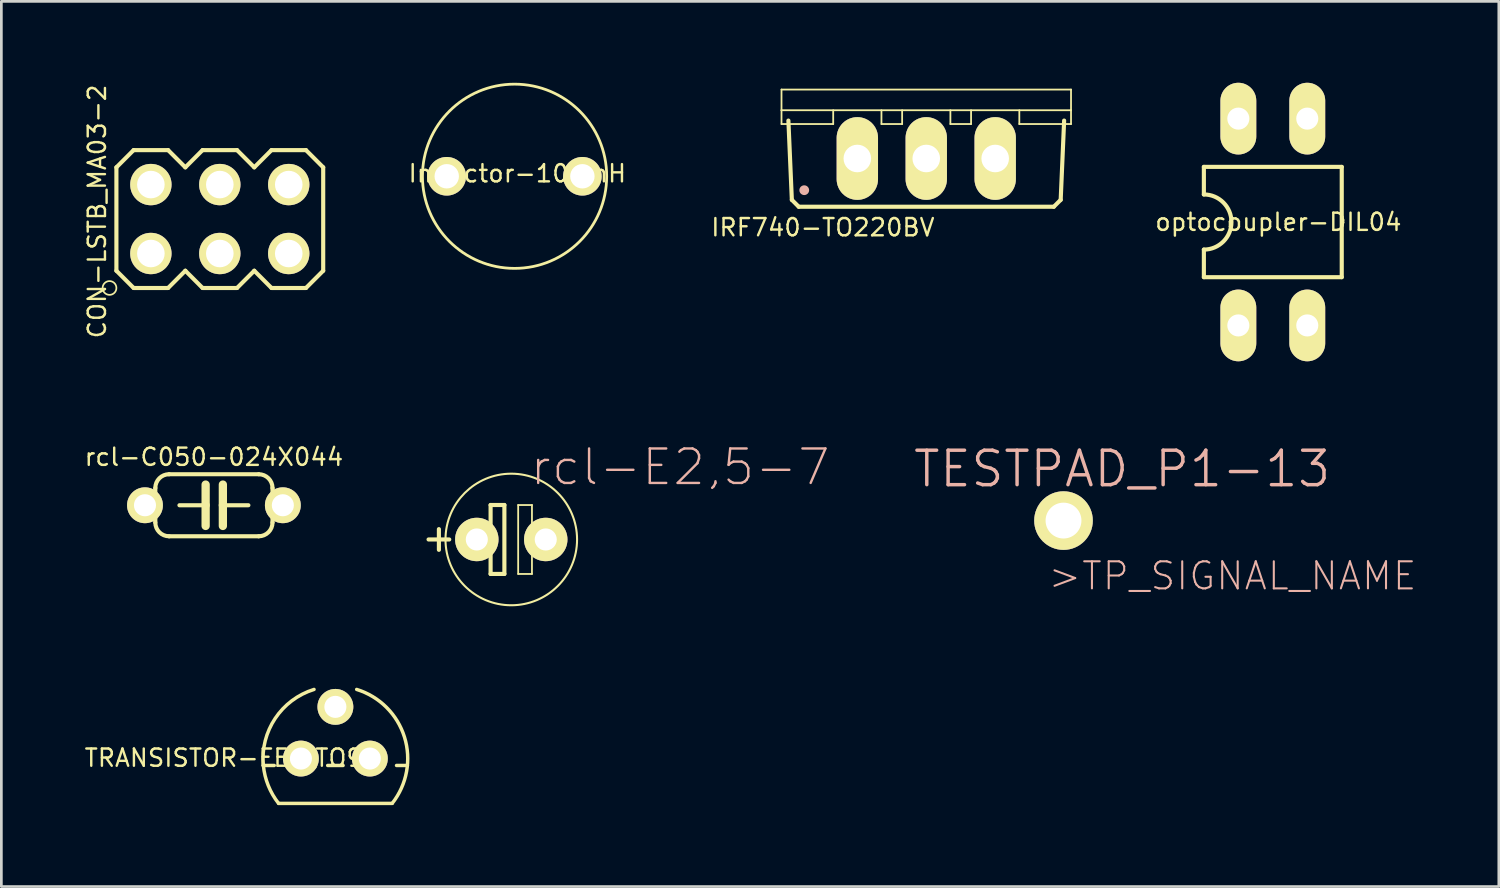
<source format=kicad_pcb>
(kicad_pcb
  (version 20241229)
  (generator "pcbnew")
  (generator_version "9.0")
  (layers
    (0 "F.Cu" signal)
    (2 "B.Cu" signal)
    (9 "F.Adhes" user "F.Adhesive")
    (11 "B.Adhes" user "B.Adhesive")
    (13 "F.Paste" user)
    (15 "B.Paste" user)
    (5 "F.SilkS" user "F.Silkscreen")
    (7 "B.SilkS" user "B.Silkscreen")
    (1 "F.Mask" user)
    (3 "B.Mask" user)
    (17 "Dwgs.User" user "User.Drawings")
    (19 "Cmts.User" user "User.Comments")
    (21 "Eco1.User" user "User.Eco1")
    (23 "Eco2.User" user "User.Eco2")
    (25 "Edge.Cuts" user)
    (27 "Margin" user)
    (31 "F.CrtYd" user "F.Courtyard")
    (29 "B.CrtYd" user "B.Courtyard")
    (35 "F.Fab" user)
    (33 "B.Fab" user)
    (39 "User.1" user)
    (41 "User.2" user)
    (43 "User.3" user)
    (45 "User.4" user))
  (footprint "rcl-E2,5-7"
    (layer "F.Cu")
    (at 15.789 16.828)
    (property "Reference" "rcl-E2,5-7" (at 6.223 -2.667 0) (layer "B.SilkS") (effects (font (size 1.27 1.27) (thickness 0.089))))
    (attr exclude_from_pos_files exclude_from_bom)
    (fp_line (start -3.048 0) (end -2.286 0) (stroke (width 0.152) (type solid)) (layer "F.SilkS"))
    (fp_line (start -2.667 0.381) (end -2.667 -0.381) (stroke (width 0.152) (type solid)) (layer "F.SilkS"))
    (fp_line (start -1.651 0) (end -0.762 0) (stroke (width 0.152) (type solid)) (layer "F.SilkS"))
    (fp_line (start -0.762 -1.27) (end -0.762 0) (stroke (width 0.152) (type solid)) (layer "F.SilkS"))
    (fp_line (start -0.762 0) (end -0.762 1.27) (stroke (width 0.152) (type solid)) (layer "F.SilkS"))
    (fp_line (start -0.762 1.27) (end -0.254 1.27) (stroke (width 0.152) (type solid)) (layer "F.SilkS"))
    (fp_line (start -0.254 -1.27) (end -0.762 -1.27) (stroke (width 0.152) (type solid)) (layer "F.SilkS"))
    (fp_line (start -0.254 1.27) (end -0.254 -1.27) (stroke (width 0.152) (type solid)) (layer "F.SilkS"))
    (fp_line (start 0.254 -1.27) (end 0.762 -1.27) (stroke (width 0.066) (type solid)) (layer "F.SilkS"))
    (fp_line (start 0.254 1.27) (end 0.254 -1.27) (stroke (width 0.066) (type solid)) (layer "F.SilkS"))
    (fp_line (start 0.254 1.27) (end 0.762 1.27) (stroke (width 0.066) (type solid)) (layer "F.SilkS"))
    (fp_line (start 0.635 0) (end 1.651 0) (stroke (width 0.152) (type solid)) (layer "F.SilkS"))
    (fp_line (start 0.762 1.27) (end 0.762 -1.27) (stroke (width 0.066) (type solid)) (layer "F.SilkS"))
    (fp_circle (center 0 0) (end -1.714 1.714) (stroke (width 0.076) (type solid)) (fill no) (layer "F.SilkS"))
    (pad "1" thru_hole circle (at -1.27 0) (size 1.6 1.6) (drill 0.813) (layers "*.Cu" "F.Mask" "F.SilkS" "F.Paste"))
    (pad "2" thru_hole circle (at 1.27 0) (size 1.6 1.6) (drill 0.813) (layers "*.Cu" "F.Mask" "F.SilkS" "F.Paste")))
  (footprint "TRANSISTOR-FET_TO92"
    (layer "F.Cu")
    (at 9.308 24.901)
    (property "Reference" "TRANSISTOR-FET_TO92" (at -3.81 -0.025 0) (layer "F.SilkS") (effects (font (size 0.635 0.635) (thickness 0.089))))
    (attr exclude_from_pos_files exclude_from_bom)
    (fp_line (start -2.654 0.254) (end -2.253 0.254) (stroke (width 0.127) (type solid)) (layer "F.SilkS"))
    (fp_line (start -2.093 1.651) (end 2.093 1.651) (stroke (width 0.127) (type solid)) (layer "F.SilkS"))
    (fp_line (start -0.284 0.254) (end 0.284 0.254) (stroke (width 0.127) (type solid)) (layer "F.SilkS"))
    (fp_line (start 2.253 0.254) (end 2.654 0.254) (stroke (width 0.127) (type solid)) (layer "F.SilkS"))
    (fp_arc (start -2.6543 0.254) (mid -2.218762 -1.478824) (end -0.786981 -2.547643) (stroke (width 0.127) (type solid)) (layer "F.SilkS"))
    (fp_arc (start -2.09296 1.651) (mid -2.473084 0.995057) (end -2.653185 0.258633) (stroke (width 0.127) (type solid)) (layer "F.SilkS"))
    (fp_arc (start 0.78486 -2.54762) (mid 2.544804 -0.793944) (end 2.094264 1.649373) (stroke (width 0.127) (type solid)) (layer "F.SilkS"))
    (pad "1" thru_hole circle (at 1.27 0) (size 1.321 1.321) (drill 0.813) (layers "*.Cu" "F.Mask" "F.SilkS" "F.Paste"))
    (pad "2" thru_hole circle (at 0 -1.905) (size 1.321 1.321) (drill 0.813) (layers "*.Cu" "F.Mask" "F.SilkS" "F.Paste"))
    (pad "3" thru_hole circle (at -1.27 0) (size 1.321 1.321) (drill 0.813) (layers "*.Cu" "F.Mask" "F.SilkS" "F.Paste")))
  (footprint "optocoupler-DIL04"
    (layer "F.Cu")
    (at 43.849 5.131)
    (property "Reference" "optocoupler-DIL04" (at 0.203 0 0) (layer "F.SilkS") (effects (font (size 0.635 0.635) (thickness 0.089))))
    (attr exclude_from_pos_files exclude_from_bom)
    (fp_line (start -2.54 -2.032) (end -2.54 -1.016) (stroke (width 0.152) (type solid)) (layer "F.SilkS"))
    (fp_line (start -2.54 2.032) (end -2.54 1.016) (stroke (width 0.152) (type solid)) (layer "F.SilkS"))
    (fp_line (start -2.54 2.032) (end 2.54 2.032) (stroke (width 0.152) (type solid)) (layer "F.SilkS"))
    (fp_line (start 2.54 -2.032) (end -2.54 -2.032) (stroke (width 0.152) (type solid)) (layer "F.SilkS"))
    (fp_line (start 2.54 -2.032) (end 2.54 2.032) (stroke (width 0.152) (type solid)) (layer "F.SilkS"))
    (fp_arc (start -2.54 -1.016) (mid -1.524 0) (end -2.54 1.016) (stroke (width 0.1524) (type solid)) (layer "F.SilkS"))
    (pad "1" thru_hole oval (at -1.27 3.81) (size 1.321 2.642) (drill 0.813) (layers "*.Cu" "F.Mask" "F.SilkS" "F.Paste"))
    (pad "2" thru_hole oval (at 1.27 3.81) (size 1.321 2.642) (drill 0.813) (layers "*.Cu" "F.Mask" "F.SilkS" "F.Paste"))
    (pad "3" thru_hole oval (at 1.27 -3.81) (size 1.321 2.642) (drill 0.813) (layers "*.Cu" "F.Mask" "F.SilkS" "F.Paste"))
    (pad "4" thru_hole oval (at -1.27 -3.81) (size 1.321 2.642) (drill 0.813) (layers "*.Cu" "F.Mask" "F.SilkS" "F.Paste")))
  (footprint "TESTPAD_P1-13"
    (layer "F.Cu")
    (at 36.137 16.132)
    (property "Reference" "TESTPAD_P1-13" (at 2.159 -1.905 0) (layer "B.SilkS") (effects (font (size 1.27 1.27) (thickness 0.127))))
    (attr exclude_from_pos_files exclude_from_bom)
    (fp_line (start -0.33 -0.33) (end 0.33 -0.33) (stroke (width 0.066) (type solid)) (layer "F.SilkS"))
    (fp_line (start -0.33 0.33) (end -0.33 -0.33) (stroke (width 0.066) (type solid)) (layer "F.SilkS"))
    (fp_line (start -0.33 0.33) (end 0.33 0.33) (stroke (width 0.066) (type solid)) (layer "F.SilkS"))
    (fp_line (start 0.33 0.33) (end 0.33 -0.33) (stroke (width 0.066) (type solid)) (layer "F.SilkS"))
    (fp_circle (center 0 0) (end -0.381 0.381) (stroke (width 0.076) (type solid)) (fill no) (layer "F.SilkS"))
    (fp_text user ">TP_SIGNAL_NAME" (at 6.228 2.04 0) (layer "B.SilkS") (effects (font (size 0.998 0.998) (thickness 0.076))))
    (pad "1" thru_hole circle (at 0 0) (size 2.159 2.159) (drill 1.321) (layers "*.Cu" "F.Mask" "F.SilkS" "F.Paste")))
  (footprint "IRF740-TO220BV"
    (layer "F.Cu")
    (at 31.08 0.25)
    (property "Reference" "IRF740-TO220BV" (at -3.81 5.08 180) (layer "F.SilkS") (effects (font (size 0.635 0.635) (thickness 0.089))))
    (attr exclude_from_pos_files exclude_from_bom)
    (fp_line (start -5.334 0) (end 5.334 0) (stroke (width 0.066) (type solid)) (layer "F.SilkS"))
    (fp_line (start -5.334 0.762) (end -5.334 0) (stroke (width 0.066) (type solid)) (layer "F.SilkS"))
    (fp_line (start -5.334 0.762) (end 5.334 0.762) (stroke (width 0.066) (type solid)) (layer "F.SilkS"))
    (fp_line (start -5.334 1.27) (end -5.334 0.762) (stroke (width 0.066) (type solid)) (layer "F.SilkS"))
    (fp_line (start -5.334 1.27) (end -3.429 1.27) (stroke (width 0.066) (type solid)) (layer "F.SilkS"))
    (fp_line (start -4.953 4.064) (end -5.08 1.143) (stroke (width 0.152) (type solid)) (layer "F.SilkS"))
    (fp_line (start -4.953 4.064) (end -4.699 4.318) (stroke (width 0.152) (type solid)) (layer "F.SilkS"))
    (fp_line (start -3.429 1.27) (end -3.429 0.762) (stroke (width 0.066) (type solid)) (layer "F.SilkS"))
    (fp_line (start -1.651 1.27) (end -1.651 0.762) (stroke (width 0.066) (type solid)) (layer "F.SilkS"))
    (fp_line (start -1.651 1.27) (end -0.889 1.27) (stroke (width 0.066) (type solid)) (layer "F.SilkS"))
    (fp_line (start -0.889 1.27) (end -0.889 0.762) (stroke (width 0.066) (type solid)) (layer "F.SilkS"))
    (fp_line (start 0.889 1.27) (end 0.889 0.762) (stroke (width 0.066) (type solid)) (layer "F.SilkS"))
    (fp_line (start 0.889 1.27) (end 1.651 1.27) (stroke (width 0.066) (type solid)) (layer "F.SilkS"))
    (fp_line (start 1.651 1.27) (end 1.651 0.762) (stroke (width 0.066) (type solid)) (layer "F.SilkS"))
    (fp_line (start 3.429 1.27) (end 3.429 0.762) (stroke (width 0.066) (type solid)) (layer "F.SilkS"))
    (fp_line (start 3.429 1.27) (end 5.334 1.27) (stroke (width 0.066) (type solid)) (layer "F.SilkS"))
    (fp_line (start 4.699 4.318) (end -4.699 4.318) (stroke (width 0.152) (type solid)) (layer "F.SilkS"))
    (fp_line (start 4.699 4.318) (end 4.953 4.064) (stroke (width 0.152) (type solid)) (layer "F.SilkS"))
    (fp_line (start 5.08 1.143) (end 4.953 4.064) (stroke (width 0.152) (type solid)) (layer "F.SilkS"))
    (fp_line (start 5.334 0.762) (end 5.334 0) (stroke (width 0.066) (type solid)) (layer "F.SilkS"))
    (fp_line (start 5.334 1.27) (end 5.334 0.762) (stroke (width 0.066) (type solid)) (layer "F.SilkS"))
    (fp_circle (center -4.496 3.708) (end -4.623 3.835) (stroke (width 0) (type solid)) (fill yes) (layer "B.SilkS"))
    (pad "D" thru_hole oval (at 0 2.54 180) (size 1.524 3.048) (drill 1.016) (layers "*.Cu" "F.Mask" "F.SilkS" "F.Paste"))
    (pad "G" thru_hole oval (at -2.54 2.54 180) (size 1.524 3.048) (drill 1.016) (layers "*.Cu" "F.Mask" "F.SilkS" "F.Paste"))
    (pad "S" thru_hole oval (at 2.54 2.54 180) (size 1.524 3.048) (drill 1.016) (layers "*.Cu" "F.Mask" "F.SilkS" "F.Paste")))
  (footprint "rcl-C050-024X044"
    (layer "F.Cu")
    (at 4.832 15.567)
    (property "Reference" "rcl-C050-024X044" (at 0 -1.778 0) (layer "F.SilkS") (effects (font (size 0.635 0.635) (thickness 0.089))))
    (attr exclude_from_pos_files exclude_from_bom)
    (fp_line (start -2.54 -0.381) (end -2.159 -0.381) (stroke (width 0.066) (type solid)) (layer "F.SilkS"))
    (fp_line (start -2.54 0.381) (end -2.54 -0.381) (stroke (width 0.066) (type solid)) (layer "F.SilkS"))
    (fp_line (start -2.54 0.381) (end -2.159 0.381) (stroke (width 0.066) (type solid)) (layer "F.SilkS"))
    (fp_line (start -2.159 0.381) (end -2.159 -0.381) (stroke (width 0.066) (type solid)) (layer "F.SilkS"))
    (fp_line (start -2.159 0.635) (end -2.159 -0.635) (stroke (width 0.152) (type solid)) (layer "F.SilkS"))
    (fp_line (start -1.27 0) (end -0.305 0) (stroke (width 0.152) (type solid)) (layer "F.SilkS"))
    (fp_line (start -0.305 -0.762) (end -0.305 0) (stroke (width 0.305) (type solid)) (layer "F.SilkS"))
    (fp_line (start -0.305 0) (end -0.305 0.762) (stroke (width 0.305) (type solid)) (layer "F.SilkS"))
    (fp_line (start 0.33 -0.762) (end 0.33 0) (stroke (width 0.305) (type solid)) (layer "F.SilkS"))
    (fp_line (start 0.33 0) (end 0.33 0.762) (stroke (width 0.305) (type solid)) (layer "F.SilkS"))
    (fp_line (start 1.27 0) (end 0.33 0) (stroke (width 0.152) (type solid)) (layer "F.SilkS"))
    (fp_line (start 1.651 -1.143) (end -1.651 -1.143) (stroke (width 0.152) (type solid)) (layer "F.SilkS"))
    (fp_line (start 1.651 1.143) (end -1.651 1.143) (stroke (width 0.152) (type solid)) (layer "F.SilkS"))
    (fp_line (start 2.159 -0.381) (end 2.54 -0.381) (stroke (width 0.066) (type solid)) (layer "F.SilkS"))
    (fp_line (start 2.159 0.381) (end 2.159 -0.381) (stroke (width 0.066) (type solid)) (layer "F.SilkS"))
    (fp_line (start 2.159 0.381) (end 2.54 0.381) (stroke (width 0.066) (type solid)) (layer "F.SilkS"))
    (fp_line (start 2.159 0.635) (end 2.159 -0.635) (stroke (width 0.152) (type solid)) (layer "F.SilkS"))
    (fp_line (start 2.54 0.381) (end 2.54 -0.381) (stroke (width 0.066) (type solid)) (layer "F.SilkS"))
    (fp_arc (start -2.159 -0.635) (mid -2.01021 -0.99421) (end -1.651 -1.143) (stroke (width 0.1524) (type solid)) (layer "F.SilkS"))
    (fp_arc (start -1.651 1.143) (mid -2.01021 0.99421) (end -2.159 0.635) (stroke (width 0.1524) (type solid)) (layer "F.SilkS"))
    (fp_arc (start 1.651 -1.143) (mid 2.01021 -0.99421) (end 2.159 -0.635) (stroke (width 0.1524) (type solid)) (layer "F.SilkS"))
    (fp_arc (start 2.159 0.635) (mid 2.01021 0.99421) (end 1.651 1.143) (stroke (width 0.1524) (type solid)) (layer "F.SilkS"))
    (pad "1" thru_hole circle (at -2.54 0) (size 1.321 1.321) (drill 0.813) (layers "*.Cu" "F.Mask" "F.SilkS" "F.Paste"))
    (pad "2" thru_hole circle (at 2.54 0) (size 1.321 1.321) (drill 0.813) (layers "*.Cu" "F.Mask" "F.SilkS" "F.Paste")))
  (footprint "CON-LSTB_MA03-2"
    (layer "F.Cu")
    (at 5.049 5.021)
    (property "Reference" "CON-LSTB_MA03-2" (at -4.521 -0.279 90) (layer "F.SilkS") (effects (font (size 0.635 0.635) (thickness 0.089))))
    (attr exclude_from_pos_files exclude_from_bom)
    (fp_line (start -3.81 -1.905) (end -3.81 1.905) (stroke (width 0.152) (type solid)) (layer "F.SilkS"))
    (fp_line (start -3.81 1.905) (end -3.175 2.54) (stroke (width 0.152) (type solid)) (layer "F.SilkS"))
    (fp_line (start -3.175 -2.54) (end -3.81 -1.905) (stroke (width 0.152) (type solid)) (layer "F.SilkS"))
    (fp_line (start -3.175 -2.54) (end -1.905 -2.54) (stroke (width 0.152) (type solid)) (layer "F.SilkS"))
    (fp_line (start -2.794 -1.524) (end -2.286 -1.524) (stroke (width 0.066) (type solid)) (layer "F.SilkS"))
    (fp_line (start -2.794 -1.016) (end -2.794 -1.524) (stroke (width 0.066) (type solid)) (layer "F.SilkS"))
    (fp_line (start -2.794 -1.016) (end -2.286 -1.016) (stroke (width 0.066) (type solid)) (layer "F.SilkS"))
    (fp_line (start -2.794 1.016) (end -2.286 1.016) (stroke (width 0.066) (type solid)) (layer "F.SilkS"))
    (fp_line (start -2.794 1.524) (end -2.794 1.016) (stroke (width 0.066) (type solid)) (layer "F.SilkS"))
    (fp_line (start -2.794 1.524) (end -2.286 1.524) (stroke (width 0.066) (type solid)) (layer "F.SilkS"))
    (fp_line (start -2.286 -1.016) (end -2.286 -1.524) (stroke (width 0.066) (type solid)) (layer "F.SilkS"))
    (fp_line (start -2.286 1.524) (end -2.286 1.016) (stroke (width 0.066) (type solid)) (layer "F.SilkS"))
    (fp_line (start -1.905 -2.54) (end -1.27 -1.905) (stroke (width 0.152) (type solid)) (layer "F.SilkS"))
    (fp_line (start -1.905 2.54) (end -3.175 2.54) (stroke (width 0.152) (type solid)) (layer "F.SilkS"))
    (fp_line (start -1.27 -1.905) (end -0.635 -2.54) (stroke (width 0.152) (type solid)) (layer "F.SilkS"))
    (fp_line (start -1.27 1.905) (end -1.905 2.54) (stroke (width 0.152) (type solid)) (layer "F.SilkS"))
    (fp_line (start -0.635 -2.54) (end 0.635 -2.54) (stroke (width 0.152) (type solid)) (layer "F.SilkS"))
    (fp_line (start -0.635 2.54) (end -1.27 1.905) (stroke (width 0.152) (type solid)) (layer "F.SilkS"))
    (fp_line (start -0.254 -1.524) (end 0.254 -1.524) (stroke (width 0.066) (type solid)) (layer "F.SilkS"))
    (fp_line (start -0.254 -1.016) (end -0.254 -1.524) (stroke (width 0.066) (type solid)) (layer "F.SilkS"))
    (fp_line (start -0.254 -1.016) (end 0.254 -1.016) (stroke (width 0.066) (type solid)) (layer "F.SilkS"))
    (fp_line (start -0.254 1.016) (end 0.254 1.016) (stroke (width 0.066) (type solid)) (layer "F.SilkS"))
    (fp_line (start -0.254 1.524) (end -0.254 1.016) (stroke (width 0.066) (type solid)) (layer "F.SilkS"))
    (fp_line (start -0.254 1.524) (end 0.254 1.524) (stroke (width 0.066) (type solid)) (layer "F.SilkS"))
    (fp_line (start 0.254 -1.016) (end 0.254 -1.524) (stroke (width 0.066) (type solid)) (layer "F.SilkS"))
    (fp_line (start 0.254 1.524) (end 0.254 1.016) (stroke (width 0.066) (type solid)) (layer "F.SilkS"))
    (fp_line (start 0.635 -2.54) (end 1.27 -1.905) (stroke (width 0.152) (type solid)) (layer "F.SilkS"))
    (fp_line (start 0.635 2.54) (end -0.635 2.54) (stroke (width 0.152) (type solid)) (layer "F.SilkS"))
    (fp_line (start 1.27 -1.905) (end 1.905 -2.54) (stroke (width 0.152) (type solid)) (layer "F.SilkS"))
    (fp_line (start 1.27 1.905) (end 0.635 2.54) (stroke (width 0.152) (type solid)) (layer "F.SilkS"))
    (fp_line (start 1.905 -2.54) (end 3.175 -2.54) (stroke (width 0.152) (type solid)) (layer "F.SilkS"))
    (fp_line (start 1.905 2.54) (end 1.27 1.905) (stroke (width 0.152) (type solid)) (layer "F.SilkS"))
    (fp_line (start 2.286 -1.524) (end 2.794 -1.524) (stroke (width 0.066) (type solid)) (layer "F.SilkS"))
    (fp_line (start 2.286 -1.016) (end 2.286 -1.524) (stroke (width 0.066) (type solid)) (layer "F.SilkS"))
    (fp_line (start 2.286 -1.016) (end 2.794 -1.016) (stroke (width 0.066) (type solid)) (layer "F.SilkS"))
    (fp_line (start 2.286 1.016) (end 2.794 1.016) (stroke (width 0.066) (type solid)) (layer "F.SilkS"))
    (fp_line (start 2.286 1.524) (end 2.286 1.016) (stroke (width 0.066) (type solid)) (layer "F.SilkS"))
    (fp_line (start 2.286 1.524) (end 2.794 1.524) (stroke (width 0.066) (type solid)) (layer "F.SilkS"))
    (fp_line (start 2.794 -1.016) (end 2.794 -1.524) (stroke (width 0.066) (type solid)) (layer "F.SilkS"))
    (fp_line (start 2.794 1.524) (end 2.794 1.016) (stroke (width 0.066) (type solid)) (layer "F.SilkS"))
    (fp_line (start 3.175 -2.54) (end 3.81 -1.905) (stroke (width 0.152) (type solid)) (layer "F.SilkS"))
    (fp_line (start 3.175 2.54) (end 1.905 2.54) (stroke (width 0.152) (type solid)) (layer "F.SilkS"))
    (fp_line (start 3.81 -1.905) (end 3.81 1.905) (stroke (width 0.152) (type solid)) (layer "F.SilkS"))
    (fp_line (start 3.81 1.905) (end 3.175 2.54) (stroke (width 0.152) (type solid)) (layer "F.SilkS"))
    (fp_circle (center -4.064 2.54) (end -3.81 2.54) (stroke (width 0.064) (type solid)) (fill no) (layer "F.SilkS"))
    (pad "1" thru_hole circle (at -2.54 1.27) (size 1.524 1.524) (drill 1.016) (layers "*.Cu" "F.Mask" "F.SilkS" "F.Paste"))
    (pad "2" thru_hole circle (at -2.54 -1.27) (size 1.524 1.524) (drill 1.016) (layers "*.Cu" "F.Mask" "F.SilkS" "F.Paste"))
    (pad "3" thru_hole circle (at 0 1.27) (size 1.524 1.524) (drill 1.016) (layers "*.Cu" "F.Mask" "F.SilkS" "F.Paste"))
    (pad "4" thru_hole circle (at 0 -1.27) (size 1.524 1.524) (drill 1.016) (layers "*.Cu" "F.Mask" "F.SilkS" "F.Paste"))
    (pad "5" thru_hole circle (at 2.54 1.27) (size 1.524 1.524) (drill 1.016) (layers "*.Cu" "F.Mask" "F.SilkS" "F.Paste"))
    (pad "6" thru_hole circle (at 2.54 -1.27) (size 1.524 1.524) (drill 1.016) (layers "*.Cu" "F.Mask" "F.SilkS" "F.Paste")))
  (footprint "Inductor-100mH"
    (layer "F.Cu")
    (at 15.91 3.445)
    (property "Reference" "Inductor-100mH" (at 0.102 -0.102 0) (layer "F.SilkS") (effects (font (size 0.635 0.635) (thickness 0.089))))
    (attr exclude_from_pos_files exclude_from_bom)
    (fp_circle (center 0 0) (end -2.4 2.4) (stroke (width 0.102) (type solid)) (fill no) (layer "F.SilkS"))
    (pad "1" thru_hole circle (at -2.499 0) (size 1.422 1.422) (drill 0.899) (layers "*.Cu" "F.Mask" "F.SilkS" "F.Paste"))
    (pad "2" thru_hole circle (at 2.499 0) (size 1.422 1.422) (drill 0.899) (layers "*.Cu" "F.Mask" "F.SilkS" "F.Paste")))
  (gr_rect
    (start -3 -3)
    (end 52.177 29.616)
    (stroke (width 0.1) (type default))
    (fill no)
    (layer "Edge.Cuts")))
</source>
